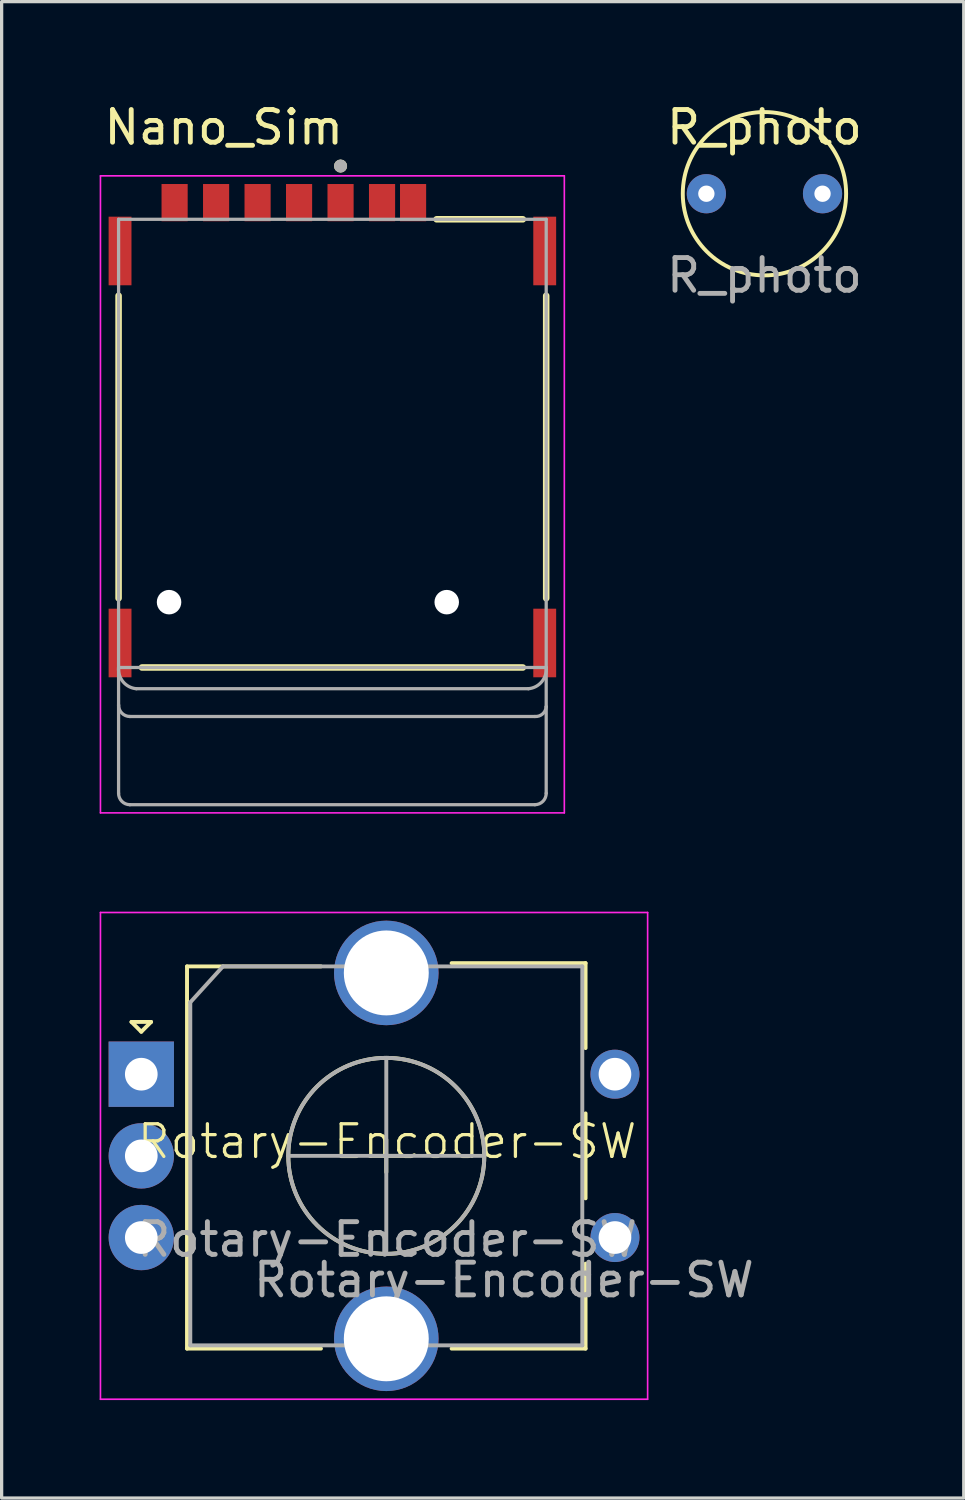
<source format=kicad_pcb>
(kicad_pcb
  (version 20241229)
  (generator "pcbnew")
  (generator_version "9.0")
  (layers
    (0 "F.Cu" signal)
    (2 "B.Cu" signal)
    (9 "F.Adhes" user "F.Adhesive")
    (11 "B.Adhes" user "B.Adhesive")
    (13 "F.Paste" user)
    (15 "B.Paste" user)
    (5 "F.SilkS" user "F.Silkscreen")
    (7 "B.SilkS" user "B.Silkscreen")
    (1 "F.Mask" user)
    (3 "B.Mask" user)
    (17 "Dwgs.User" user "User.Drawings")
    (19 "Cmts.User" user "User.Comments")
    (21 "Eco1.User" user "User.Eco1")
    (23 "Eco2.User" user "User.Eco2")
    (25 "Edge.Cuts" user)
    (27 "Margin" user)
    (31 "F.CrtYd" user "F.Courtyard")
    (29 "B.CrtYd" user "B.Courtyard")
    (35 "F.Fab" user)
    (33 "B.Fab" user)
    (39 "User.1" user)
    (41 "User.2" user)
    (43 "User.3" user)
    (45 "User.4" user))
  (footprint "R_photo"
    (layer "F.Cu")
    (at 20.351 2.88)
    (property "Reference" "R_photo" (at 0 -2.032 0) (unlocked yes) (layer "F.SilkS") (effects (font (size 1 1) (thickness 0.15))))
    (fp_circle (center 0 0) (end 2.5 0) (stroke (width 0.12) (type solid)) (fill no) (layer "F.SilkS"))
    (fp_text user "${REFERENCE}" (at 0 2.5 0) (unlocked yes) (layer "F.Fab") (effects (font (size 1 1) (thickness 0.15))))
    (pad "1" thru_hole circle (at -1.778 0) (size 1.2 1.2) (drill 0.5) (layers "*.Cu" "*.Mask"))
    (pad "2" thru_hole circle (at 1.778 0) (size 1.2 1.2) (drill 0.5) (layers "*.Cu" "*.Mask")))
  (footprint "Nano_Sim"
    (layer "F.Cu")
    (at 7.125 10.523)
    (property "Reference" "Nano_Sim" (at -3.325 -9.675 0) (layer "F.SilkS") (effects (font (size 1 1) (thickness 0.15))))
    (attr smd)
    (fp_line (start -6.545 -4.52) (end -6.545 4.74) (stroke (width 0.2) (type solid)) (layer "F.SilkS"))
    (fp_line (start -5.83 6.86) (end 5.83 6.86) (stroke (width 0.2) (type solid)) (layer "F.SilkS"))
    (fp_line (start 3.19 -6.86) (end 5.83 -6.86) (stroke (width 0.2) (type solid)) (layer "F.SilkS"))
    (fp_line (start 6.545 -4.52) (end 6.545 4.74) (stroke (width 0.2) (type solid)) (layer "F.SilkS"))
    (fp_circle (center 0.25 -8.49) (end 0.35 -8.49) (stroke (width 0.2) (type solid)) (fill no) (layer "F.SilkS"))
    (fp_line (start -7.1 -8.19) (end 7.1 -8.19) (stroke (width 0.05) (type solid)) (layer "F.CrtYd"))
    (fp_line (start -7.1 11.31) (end -7.1 -8.19) (stroke (width 0.05) (type solid)) (layer "F.CrtYd"))
    (fp_line (start 7.1 -8.19) (end 7.1 11.31) (stroke (width 0.05) (type solid)) (layer "F.CrtYd"))
    (fp_line (start 7.1 11.31) (end -7.1 11.31) (stroke (width 0.05) (type solid)) (layer "F.CrtYd"))
    (fp_line (start -6.545 -6.86) (end 6.545 -6.86) (stroke (width 0.1) (type solid)) (layer "F.Fab"))
    (fp_line (start -6.545 6.86) (end -6.545 -6.86) (stroke (width 0.1) (type solid)) (layer "F.Fab"))
    (fp_line (start -6.545 6.86) (end -6.545 8.01) (stroke (width 0.1) (type solid)) (layer "F.Fab"))
    (fp_line (start -6.545 8.01) (end -6.545 10.71) (stroke (width 0.1) (type solid)) (layer "F.Fab"))
    (fp_line (start -6.2 8.36) (end 6.2 8.36) (stroke (width 0.1) (type solid)) (layer "F.Fab"))
    (fp_line (start -6.2 11.06) (end 6.2 11.06) (stroke (width 0.1) (type solid)) (layer "F.Fab"))
    (fp_line (start -6 7.51) (end 6 7.51) (stroke (width 0.1) (type solid)) (layer "F.Fab"))
    (fp_line (start 6.545 -6.86) (end 6.545 6.86) (stroke (width 0.1) (type solid)) (layer "F.Fab"))
    (fp_line (start 6.545 6.86) (end -6.545 6.86) (stroke (width 0.1) (type solid)) (layer "F.Fab"))
    (fp_line (start 6.545 6.86) (end 6.545 8.06) (stroke (width 0.1) (type solid)) (layer "F.Fab"))
    (fp_line (start 6.545 8.06) (end 6.545 10.71) (stroke (width 0.1) (type solid)) (layer "F.Fab"))
    (fp_arc (start -6.2 8.36) (mid -6.444987 8.256452) (end -6.545 8.01) (stroke (width 0.1) (type solid)) (layer "F.Fab"))
    (fp_arc (start -6.2 11.06) (mid -6.444987 10.956452) (end -6.545 10.71) (stroke (width 0.1) (type solid)) (layer "F.Fab"))
    (fp_arc (start -6 7.51) (mid -6.407119 7.297873) (end -6.545 6.86) (stroke (width 0.1) (type solid)) (layer "F.Fab"))
    (fp_arc (start 6.545 6.86) (mid 6.407119 7.297873) (end 6 7.51) (stroke (width 0.1) (type solid)) (layer "F.Fab"))
    (fp_arc (start 6.545 8.06) (mid 6.434632 8.281452) (end 6.2 8.36) (stroke (width 0.1) (type solid)) (layer "F.Fab"))
    (fp_arc (start 6.545 10.71) (mid 6.444987 10.956452) (end 6.2 11.06) (stroke (width 0.1) (type solid)) (layer "F.Fab"))
    (fp_circle (center 0.25 -8.49) (end 0.35 -8.49) (stroke (width 0.2) (type solid)) (fill no) (layer "F.Fab"))
    (pad "" np_thru_hole circle (at -5 4.86) (size 0.75 0.75) (drill 0.75) (layers "*.Cu" "*.Mask"))
    (pad "" np_thru_hole circle (at 3.5 4.86) (size 0.75 0.75) (drill 0.75) (layers "*.Cu" "*.Mask"))
    (pad "C1" smd rect (at 0.25 -7.37) (size 0.8 1.14) (layers "F.Cu" "F.Mask" "F.Paste"))
    (pad "C2" smd rect (at -2.29 -7.37) (size 0.8 1.14) (layers "F.Cu" "F.Mask" "F.Paste"))
    (pad "C3" smd rect (at -4.83 -7.37) (size 0.8 1.14) (layers "F.Cu" "F.Mask" "F.Paste"))
    (pad "C5" smd rect (at 1.52 -7.37) (size 0.8 1.14) (layers "F.Cu" "F.Mask" "F.Paste"))
    (pad "C6" smd rect (at -1.02 -7.37) (size 0.8 1.14) (layers "F.Cu" "F.Mask" "F.Paste"))
    (pad "C7" smd rect (at -3.56 -7.37) (size 0.8 1.14) (layers "F.Cu" "F.Mask" "F.Paste"))
    (pad "CD" smd rect (at 2.47 -7.37) (size 0.8 1.14) (layers "F.Cu" "F.Mask" "F.Paste"))
    (pad "G1" smd rect (at -6.5 -5.89) (size 0.7 2.1) (layers "F.Cu" "F.Mask" "F.Paste"))
    (pad "G2" smd rect (at 6.5 -5.89) (size 0.7 2.1) (layers "F.Cu" "F.Mask" "F.Paste"))
    (pad "G3" smd rect (at -6.5 6.11) (size 0.7 2.1) (layers "F.Cu" "F.Mask" "F.Paste"))
    (pad "G4" smd rect (at 6.5 6.11) (size 0.7 2.1) (layers "F.Cu" "F.Mask" "F.Paste"))
    (zone (net_name "") (layer "F.Cu") (hatch full 0.508) (connect_pads) (min_thickness 0.01) (filled_areas_thickness no) (keepout (tracks not_allowed) (vias not_allowed) (pads not_allowed) (copperpour not_allowed) (footprints allowed)) (placement (enabled no)) (fill) (polygon (pts (xy 2.48 13.683) (xy 4.33 13.683) (xy 4.33 17.083) (xy 2.48 17.083))))
    (zone (net_name "") (layer "F.Cu") (hatch full 0.508) (connect_pads) (min_thickness 0.01) (filled_areas_thickness no) (keepout (tracks not_allowed) (vias not_allowed) (pads not_allowed) (copperpour not_allowed) (footprints allowed)) (placement (enabled no)) (fill) (polygon (pts (xy 2.845 8.228) (xy 4.045 8.228) (xy 4.045 11.438) (xy 2.845 11.438))))
    (zone (net_name "") (layer "F.Cu") (hatch full 0.508) (connect_pads) (min_thickness 0.01) (filled_areas_thickness no) (keepout (tracks not_allowed) (vias not_allowed) (pads not_allowed) (copperpour not_allowed) (footprints allowed)) (placement (enabled no)) (fill) (polygon (pts (xy 5.02 13.683) (xy 6.87 13.683) (xy 6.87 17.083) (xy 5.02 17.083))))
    (zone (net_name "") (layer "F.Cu") (hatch full 0.508) (connect_pads) (min_thickness 0.01) (filled_areas_thickness no) (keepout (tracks not_allowed) (vias not_allowed) (pads not_allowed) (copperpour not_allowed) (footprints allowed)) (placement (enabled no)) (fill) (polygon (pts (xy 5.385 8.228) (xy 6.585 8.228) (xy 6.585 11.438) (xy 5.385 11.438))))
    (zone (net_name "") (layer "F.Cu") (hatch full 0.508) (connect_pads) (min_thickness 0.01) (filled_areas_thickness no) (keepout (tracks not_allowed) (vias not_allowed) (pads not_allowed) (copperpour not_allowed) (footprints allowed)) (placement (enabled no)) (fill) (polygon (pts (xy 7.56 13.683) (xy 9.41 13.683) (xy 9.41 17.083) (xy 7.56 17.083))))
    (zone (net_name "") (layer "F.Cu") (hatch full 0.508) (connect_pads) (min_thickness 0.01) (filled_areas_thickness no) (keepout (tracks not_allowed) (vias not_allowed) (pads not_allowed) (copperpour not_allowed) (footprints allowed)) (placement (enabled no)) (fill) (polygon (pts (xy 7.925 4.838) (xy 9.125 4.838) (xy 9.125 7.388) (xy 7.925 7.388))))
    (zone (net_name "") (layer "F.Cu") (hatch full 0.508) (connect_pads) (min_thickness 0.01) (filled_areas_thickness no) (keepout (tracks not_allowed) (vias not_allowed) (pads not_allowed) (copperpour not_allowed) (footprints allowed)) (placement (enabled no)) (fill) (polygon (pts (xy 7.925 8.228) (xy 9.125 8.228) (xy 9.125 11.438) (xy 7.925 11.438))))
    (zone (net_name "") (layers "F.Cu" "B.Cu") (hatch full 0.508) (connect_pads) (min_thickness 0.01) (filled_areas_thickness no) (keepout (tracks allowed) (vias not_allowed) (pads allowed) (copperpour allowed) (footprints allowed)) (placement (enabled no)) (fill) (polygon (pts (xy 2.48 13.683) (xy 4.33 13.683) (xy 4.33 17.083) (xy 2.48 17.083))))
    (zone (net_name "") (layers "F.Cu" "B.Cu") (hatch full 0.508) (connect_pads) (min_thickness 0.01) (filled_areas_thickness no) (keepout (tracks allowed) (vias not_allowed) (pads allowed) (copperpour allowed) (footprints allowed)) (placement (enabled no)) (fill) (polygon (pts (xy 2.845 8.228) (xy 4.045 8.228) (xy 4.045 11.438) (xy 2.845 11.438))))
    (zone (net_name "") (layers "F.Cu" "B.Cu") (hatch full 0.508) (connect_pads) (min_thickness 0.01) (filled_areas_thickness no) (keepout (tracks allowed) (vias not_allowed) (pads allowed) (copperpour allowed) (footprints allowed)) (placement (enabled no)) (fill) (polygon (pts (xy 5.02 13.683) (xy 6.87 13.683) (xy 6.87 17.083) (xy 5.02 17.083))))
    (zone (net_name "") (layers "F.Cu" "B.Cu") (hatch full 0.508) (connect_pads) (min_thickness 0.01) (filled_areas_thickness no) (keepout (tracks allowed) (vias not_allowed) (pads allowed) (copperpour allowed) (footprints allowed)) (placement (enabled no)) (fill) (polygon (pts (xy 5.385 8.228) (xy 6.585 8.228) (xy 6.585 11.438) (xy 5.385 11.438))))
    (zone (net_name "") (layers "F.Cu" "B.Cu") (hatch full 0.508) (connect_pads) (min_thickness 0.01) (filled_areas_thickness no) (keepout (tracks allowed) (vias not_allowed) (pads allowed) (copperpour allowed) (footprints allowed)) (placement (enabled no)) (fill) (polygon (pts (xy 7.56 13.683) (xy 9.41 13.683) (xy 9.41 17.083) (xy 7.56 17.083))))
    (zone (net_name "") (layers "F.Cu" "B.Cu") (hatch full 0.508) (connect_pads) (min_thickness 0.01) (filled_areas_thickness no) (keepout (tracks allowed) (vias not_allowed) (pads allowed) (copperpour allowed) (footprints allowed)) (placement (enabled no)) (fill) (polygon (pts (xy 7.925 4.838) (xy 9.125 4.838) (xy 9.125 7.388) (xy 7.925 7.388))))
    (zone (net_name "") (layers "F.Cu" "B.Cu") (hatch full 0.508) (connect_pads) (min_thickness 0.01) (filled_areas_thickness no) (keepout (tracks allowed) (vias not_allowed) (pads allowed) (copperpour allowed) (footprints allowed)) (placement (enabled no)) (fill) (polygon (pts (xy 7.925 8.228) (xy 9.125 8.228) (xy 9.125 11.438) (xy 7.925 11.438)))))
  (footprint "Rotary-Encoder-SW"
    (layer "F.Cu")
    (at 8.799 32.392)
    (property "Reference" "Rotary-Encoder-SW" (at 0 -0.5 0) (unlocked yes) (layer "F.SilkS") (effects (font (size 1 1) (thickness 0.1))))
    (attr through_hole)
    (fp_line (start -7.824 -4.159) (end -7.224 -4.159) (stroke (width 0.12) (type solid)) (layer "F.SilkS"))
    (fp_line (start -7.524 -3.859) (end -7.824 -4.159) (stroke (width 0.12) (type solid)) (layer "F.SilkS"))
    (fp_line (start -7.224 -4.159) (end -7.524 -3.859) (stroke (width 0.12) (type solid)) (layer "F.SilkS"))
    (fp_line (start -6.124 -5.859) (end -6.124 5.841) (stroke (width 0.12) (type solid)) (layer "F.SilkS"))
    (fp_line (start -2.024 -5.859) (end -6.124 -5.859) (stroke (width 0.12) (type solid)) (layer "F.SilkS"))
    (fp_line (start -2.024 5.841) (end -6.124 5.841) (stroke (width 0.12) (type solid)) (layer "F.SilkS"))
    (fp_line (start -0.524 -0.059) (end 0.476 -0.059) (stroke (width 0.12) (type solid)) (layer "F.SilkS"))
    (fp_line (start -0.024 -0.559) (end -0.024 0.441) (stroke (width 0.12) (type solid)) (layer "F.SilkS"))
    (fp_line (start 1.976 -5.959) (end 6.076 -5.959) (stroke (width 0.12) (type solid)) (layer "F.SilkS"))
    (fp_line (start 6.076 -5.959) (end 6.076 -3.359) (stroke (width 0.12) (type solid)) (layer "F.SilkS"))
    (fp_line (start 6.076 -1.359) (end 6.076 1.241) (stroke (width 0.12) (type solid)) (layer "F.SilkS"))
    (fp_line (start 6.076 3.241) (end 6.076 5.841) (stroke (width 0.12) (type solid)) (layer "F.SilkS"))
    (fp_line (start 6.076 5.841) (end 1.976 5.841) (stroke (width 0.12) (type solid)) (layer "F.SilkS"))
    (fp_circle (center -0.024 -0.059) (end 2.976 -0.059) (stroke (width 0.12) (type solid)) (fill no) (layer "F.SilkS"))
    (fp_line (start -8.774 -7.509) (end -8.774 7.391) (stroke (width 0.05) (type solid)) (layer "F.CrtYd"))
    (fp_line (start -8.774 -7.509) (end 7.976 -7.509) (stroke (width 0.05) (type solid)) (layer "F.CrtYd"))
    (fp_line (start 7.976 7.391) (end -8.774 7.391) (stroke (width 0.05) (type solid)) (layer "F.CrtYd"))
    (fp_line (start 7.976 7.391) (end 7.976 -7.509) (stroke (width 0.05) (type solid)) (layer "F.CrtYd"))
    (fp_line (start -6.024 -4.759) (end -5.024 -5.859) (stroke (width 0.12) (type solid)) (layer "F.Fab"))
    (fp_line (start -6.024 5.741) (end -6.024 -4.759) (stroke (width 0.12) (type solid)) (layer "F.Fab"))
    (fp_line (start -5.024 -5.859) (end 5.976 -5.859) (stroke (width 0.12) (type solid)) (layer "F.Fab"))
    (fp_line (start -3.024 -0.059) (end 2.976 -0.059) (stroke (width 0.12) (type solid)) (layer "F.Fab"))
    (fp_line (start -0.024 -3.059) (end -0.024 2.941) (stroke (width 0.12) (type solid)) (layer "F.Fab"))
    (fp_line (start 5.976 -5.859) (end 5.976 5.741) (stroke (width 0.12) (type solid)) (layer "F.Fab"))
    (fp_line (start 5.976 5.741) (end -6.024 5.741) (stroke (width 0.12) (type solid)) (layer "F.Fab"))
    (fp_circle (center -0.024 -0.059) (end 2.976 -0.059) (stroke (width 0.12) (type solid)) (fill no) (layer "F.Fab"))
    (fp_text user "${REFERENCE}" (at 3.576 3.741 0) (layer "F.Fab") (effects (font (size 1 1) (thickness 0.15))))
    (fp_text user "${REFERENCE}" (at 0 2.5 0) (unlocked yes) (layer "F.Fab") (effects (font (size 1 1) (thickness 0.15))))
    (pad "A" thru_hole rect (at -7.524 -2.559) (size 2 2) (drill 1) (layers "*.Cu" "*.Mask"))
    (pad "B" thru_hole circle (at -7.524 2.441) (size 2 2) (drill 1) (layers "*.Cu" "*.Mask"))
    (pad "C" thru_hole circle (at -7.524 -0.059) (size 2 2) (drill 1) (layers "*.Cu" "*.Mask"))
    (pad "MP" thru_hole circle (at -0.024 -5.659) (size 3.2 3.2) (drill 2.6) (layers "*.Cu" "*.Mask"))
    (pad "MP" thru_hole circle (at -0.024 5.541) (size 3.2 3.2) (drill 2.6) (layers "*.Cu" "*.Mask"))
    (pad "S1" thru_hole circle (at 6.976 -2.559) (size 1.5 1.5) (drill 1) (layers "*.Cu" "*.Mask"))
    (pad "S2" thru_hole circle (at 6.976 2.441) (size 1.5 1.5) (drill 1) (layers "*.Cu" "*.Mask")))
  (gr_rect
    (start -3 -3)
    (end 26.452 42.808)
    (stroke (width 0.1) (type default))
    (fill no)
    (layer "Edge.Cuts")))
</source>
